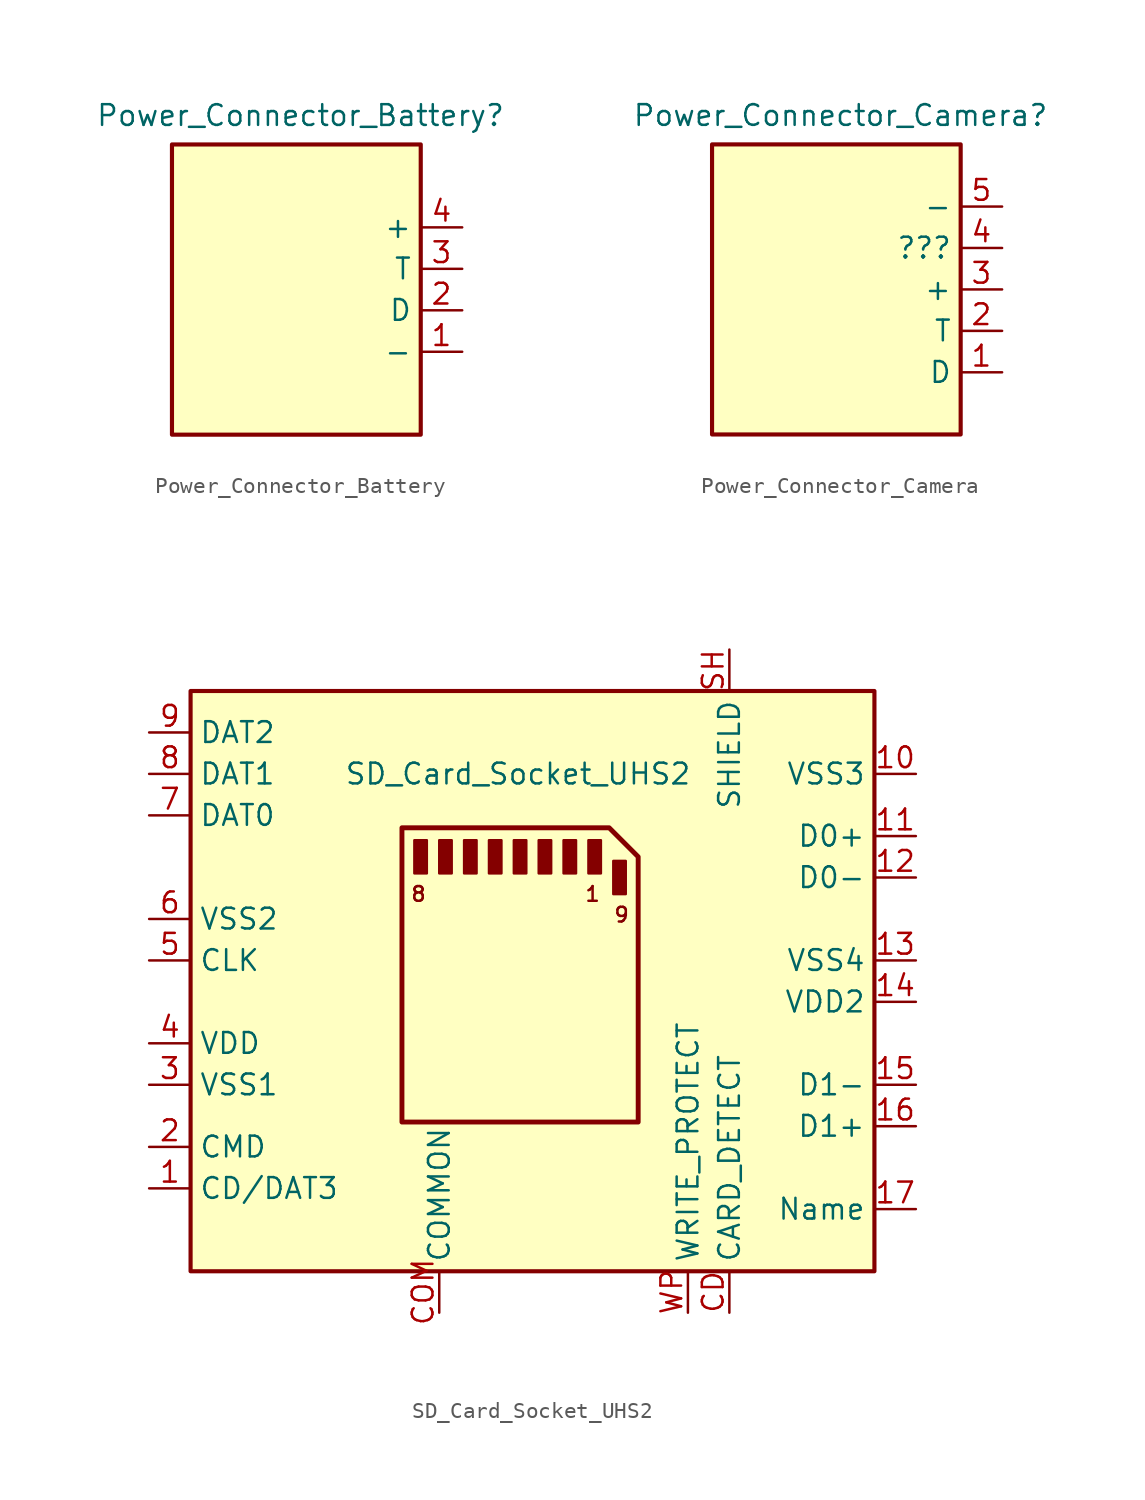
<source format=kicad_sym>
(kicad_symbol_lib
  (version 20241209)
  (generator "kicad_symbol_editor")
  (generator_version "9.0")
  (symbol "Power_Connector_Battery"
    (property "Reference" "Power_Connector_Battery"
      (at 0.254 10.668 0)
      (effects (font (size 1.27 1.27))))
    (property "Value" ""
      (at 0 0 0)
      (effects (font (size 1.27 1.27))))
    (symbol "Power_Connector_Battery_0_1"
      (rectangle (start -7.62 8.89) (end 7.62 -8.89) (stroke (width 0.254) (type default)) (fill (type background))))
    (symbol "Power_Connector_Battery_1_1"
      (pin power_in line (at 10.16 3.81 180) (length 2.54) (name "+" (effects (font (size 1.27 1.27)))) (number "4" (effects (font (size 1.27 1.27)))))
      (pin input line (at 10.16 1.27 180) (length 2.54) (name "T" (effects (font (size 1.27 1.27)))) (number "3" (effects (font (size 1.27 1.27)))))
      (pin input line (at 10.16 -1.27 180) (length 2.54) (name "D" (effects (font (size 1.27 1.27)))) (number "2" (effects (font (size 1.27 1.27)))))
      (pin power_out line (at 10.16 -3.81 180) (length 2.54) (name "-" (effects (font (size 1.27 1.27)))) (number "1" (effects (font (size 1.27 1.27)))))))
  (symbol "Power_Connector_Camera"
    (property "Reference" "Power_Connector_Camera"
      (at 0.254 10.668 0)
      (effects (font (size 1.27 1.27))))
    (property "Value" ""
      (at 0 0 0)
      (effects (font (size 1.27 1.27))))
    (symbol "Power_Connector_Camera_0_1"
      (rectangle (start -7.62 8.89) (end 7.62 -8.89) (stroke (width 0.254) (type default)) (fill (type background))))
    (symbol "Power_Connector_Camera_1_1"
      (pin power_in line (at 10.16 5.08 180) (length 2.54) (name "-" (effects (font (size 1.27 1.27)))) (number "5" (effects (font (size 1.27 1.27)))))
      (pin input line (at 10.16 2.54 180) (length 2.54) (name "???" (effects (font (size 1.27 1.27)))) (number "4" (effects (font (size 1.27 1.27)))))
      (pin power_in line (at 10.16 0 180) (length 2.54) (name "+" (effects (font (size 1.27 1.27)))) (number "3" (effects (font (size 1.27 1.27)))))
      (pin input line (at 10.16 -2.54 180) (length 2.54) (name "T" (effects (font (size 1.27 1.27)))) (number "2" (effects (font (size 1.27 1.27)))))
      (pin input line (at 10.16 -5.08 180) (length 2.54) (name "D" (effects (font (size 1.27 1.27)))) (number "1" (effects (font (size 1.27 1.27)))))))
  (symbol "SD_Card_Socket_UHS2"
    (property "Reference" ""
      (at -20.066 19.304 0)
      (effects (font (size 1.27 1.27)) (hide yes)))
    (property "Value" "SD_Card_Socket_UHS2"
      (at -0.254 12.7 0)
      (effects (font (size 1.27 1.27))))
    (symbol "SD_Card_Socket_UHS2_0_1"
      (rectangle (start -6.604 6.604) (end -5.842 8.636) (stroke (width 0) (type default)) (fill (type outline)))
      (rectangle (start -5.08 6.604) (end -4.318 8.636) (stroke (width 0) (type default)) (fill (type outline)))
      (rectangle (start -3.556 6.604) (end -2.794 8.636) (stroke (width 0) (type default)) (fill (type outline)))
      (rectangle (start -2.032 6.604) (end -1.27 8.636) (stroke (width 0) (type default)) (fill (type outline)))
      (rectangle (start -0.508 6.604) (end 0.254 8.636) (stroke (width 0) (type default)) (fill (type outline)))
      (rectangle (start 1.016 6.604) (end 1.778 8.636) (stroke (width 0) (type default)) (fill (type outline)))
      (rectangle (start 2.54 6.604) (end 3.302 8.636) (stroke (width 0) (type default)) (fill (type outline)))
      (rectangle (start 4.064 6.604) (end 4.826 8.636) (stroke (width 0) (type default)) (fill (type outline)))
      (rectangle (start 5.588 5.334) (end 6.35 7.366) (stroke (width 0) (type default)) (fill (type outline))))
    (symbol "SD_Card_Socket_UHS2_1_1"
      (rectangle (start -20.32 17.78) (end 21.59 -17.78) (stroke (width 0.254) (type default)) (fill (type background)))
      (polyline (pts (xy 5.334 9.398) (xy -7.366 9.398) (xy -7.366 -8.636) (xy 7.112 -8.636) (xy 7.112 7.62) (xy 5.334 9.398)) (stroke (width 0.3) (type default)) (fill (type none)))
      (text "8" (at -6.35 5.334 0) (effects (font (size 0.9 0.9))))
      (text "1" (at 4.318 5.334 0) (effects (font (size 0.9 0.9))))
      (text "9" (at 6.096 4.064 0) (effects (font (size 0.9 0.9))))
      (pin bidirectional line (at -22.86 15.24 0) (length 2.54) (name "DAT2" (effects (font (size 1.27 1.27)))) (number "9" (effects (font (size 1.27 1.27)))))
      (pin bidirectional line (at -22.86 12.7 0) (length 2.54) (name "DAT1" (effects (font (size 1.27 1.27)))) (number "8" (effects (font (size 1.27 1.27)))))
      (pin bidirectional line (at -22.86 10.16 0) (length 2.54) (name "DAT0" (effects (font (size 1.27 1.27)))) (number "7" (effects (font (size 1.27 1.27)))))
      (pin power_in line (at -22.86 3.81 0) (length 2.54) (name "VSS2" (effects (font (size 1.27 1.27)))) (number "6" (effects (font (size 1.27 1.27)))))
      (pin input line (at -22.86 1.27 0) (length 2.54) (name "CLK" (effects (font (size 1.27 1.27)))) (number "5" (effects (font (size 1.27 1.27)))))
      (pin power_in line (at -22.86 -3.81 0) (length 2.54) (name "VDD" (effects (font (size 1.27 1.27)))) (number "4" (effects (font (size 1.27 1.27)))))
      (pin power_in line (at -22.86 -6.35 0) (length 2.54) (name "VSS1" (effects (font (size 1.27 1.27)))) (number "3" (effects (font (size 1.27 1.27)))))
      (pin bidirectional line (at -22.86 -10.16 0) (length 2.54) (name "CMD" (effects (font (size 1.27 1.27)))) (number "2" (effects (font (size 1.27 1.27)))))
      (pin bidirectional line (at -22.86 -12.7 0) (length 2.54) (name "CD/DAT3" (effects (font (size 1.27 1.27)))) (number "1" (effects (font (size 1.27 1.27)))))
      (pin bidirectional line (at -5.08 -20.32 90) (length 2.54) (name "COMMON" (effects (font (size 1.27 1.27)))) (number "COM" (effects (font (size 1.27 1.27)))))
      (pin bidirectional line (at 10.16 -20.32 90) (length 2.54) (name "WRITE_PROTECT" (effects (font (size 1.27 1.27)))) (number "WP" (effects (font (size 1.27 1.27)))))
      (pin passive line (at 12.7 20.32 270) (length 2.54) (name "SHIELD" (effects (font (size 1.27 1.27)))) (number "SH" (effects (font (size 1.27 1.27)))))
      (pin bidirectional line (at 12.7 -20.32 90) (length 2.54) (name "CARD_DETECT" (effects (font (size 1.27 1.27)))) (number "CD" (effects (font (size 1.27 1.27)))))
      (pin power_in line (at 24.13 12.7 180) (length 2.54) (name "VSS3" (effects (font (size 1.27 1.27)))) (number "10" (effects (font (size 1.27 1.27)))))
      (pin bidirectional line (at 24.13 8.89 180) (length 2.54) (name "D0+" (effects (font (size 1.27 1.27)))) (number "11" (effects (font (size 1.27 1.27)))))
      (pin bidirectional line (at 24.13 6.35 180) (length 2.54) (name "D0-" (effects (font (size 1.27 1.27)))) (number "12" (effects (font (size 1.27 1.27)))))
      (pin power_in line (at 24.13 1.27 180) (length 2.54) (name "VSS4" (effects (font (size 1.27 1.27)))) (number "13" (effects (font (size 1.27 1.27)))))
      (pin power_in line (at 24.13 -1.27 180) (length 2.54) (name "VDD2" (effects (font (size 1.27 1.27)))) (number "14" (effects (font (size 1.27 1.27)))))
      (pin bidirectional line (at 24.13 -6.35 180) (length 2.54) (name "D1-" (effects (font (size 1.27 1.27)))) (number "15" (effects (font (size 1.27 1.27)))))
      (pin bidirectional line (at 24.13 -8.89 180) (length 2.54) (name "D1+" (effects (font (size 1.27 1.27)))) (number "16" (effects (font (size 1.27 1.27)))))
      (pin power_in line (at 24.13 -13.97 180) (length 2.54) (name "Name" (effects (font (size 1.27 1.27)))) (number "17" (effects (font (size 1.27 1.27))))))))
</source>
